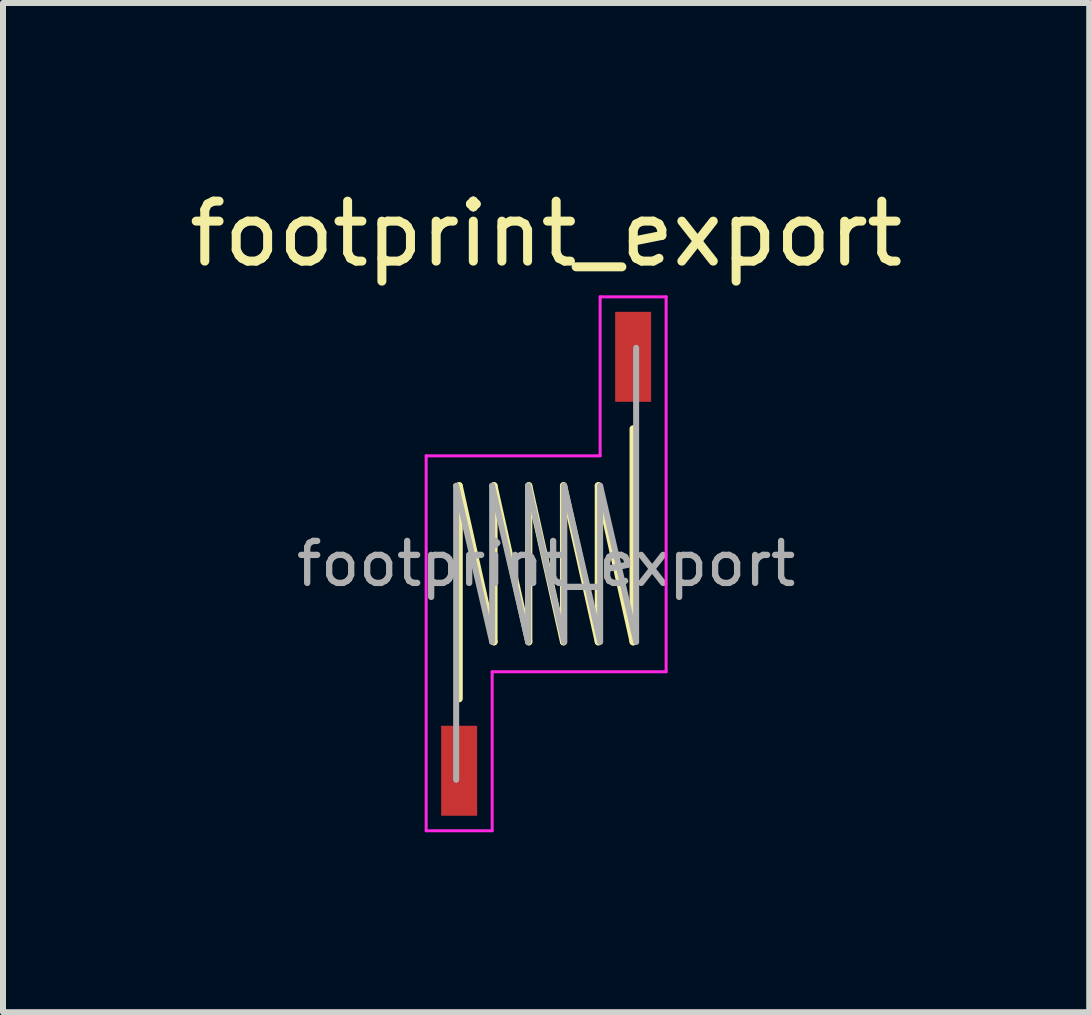
<source format=kicad_pcb>
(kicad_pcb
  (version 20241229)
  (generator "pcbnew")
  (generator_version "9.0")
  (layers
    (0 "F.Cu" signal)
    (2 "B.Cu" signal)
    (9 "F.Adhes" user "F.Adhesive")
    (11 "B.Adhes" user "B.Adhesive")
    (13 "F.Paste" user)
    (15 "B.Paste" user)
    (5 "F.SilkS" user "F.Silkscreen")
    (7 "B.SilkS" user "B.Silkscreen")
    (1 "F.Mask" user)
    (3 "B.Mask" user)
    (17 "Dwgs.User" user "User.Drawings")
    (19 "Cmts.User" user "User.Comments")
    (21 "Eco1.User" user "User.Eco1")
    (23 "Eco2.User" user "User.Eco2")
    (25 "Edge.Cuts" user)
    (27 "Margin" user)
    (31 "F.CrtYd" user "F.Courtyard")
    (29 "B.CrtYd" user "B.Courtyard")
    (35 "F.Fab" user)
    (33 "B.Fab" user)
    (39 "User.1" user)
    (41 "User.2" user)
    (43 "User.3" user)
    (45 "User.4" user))
  (footprint "footprint_export"
    (layer "F.Cu")
    (at 6.054 6.348)
    (property "Reference" "footprint_export" (at 0 -5.5 0) (layer "F.SilkS") (effects (font (size 1 1) (thickness 0.15))))
    (attr smd)
    (fp_line (start -1.45 -1.3) (end -1.45 2.25) (stroke (width 0.12) (type solid)) (layer "F.SilkS"))
    (fp_line (start -1.45 -1.3) (end -0.87 1.3) (stroke (width 0.12) (type solid)) (layer "F.SilkS"))
    (fp_line (start -0.87 -1.3) (end -0.87 1.3) (stroke (width 0.12) (type solid)) (layer "F.SilkS"))
    (fp_line (start -0.87 -1.3) (end -0.29 1.3) (stroke (width 0.12) (type solid)) (layer "F.SilkS"))
    (fp_line (start -0.29 -1.3) (end -0.29 1.3) (stroke (width 0.12) (type solid)) (layer "F.SilkS"))
    (fp_line (start -0.29 -1.3) (end 0.29 1.3) (stroke (width 0.12) (type solid)) (layer "F.SilkS"))
    (fp_line (start 0.29 -1.3) (end 0.29 1.3) (stroke (width 0.12) (type solid)) (layer "F.SilkS"))
    (fp_line (start 0.29 -1.3) (end 0.87 1.3) (stroke (width 0.12) (type solid)) (layer "F.SilkS"))
    (fp_line (start 0.87 -1.3) (end 0.87 1.3) (stroke (width 0.12) (type solid)) (layer "F.SilkS"))
    (fp_line (start 0.87 -1.3) (end 1.45 1.3) (stroke (width 0.12) (type solid)) (layer "F.SilkS"))
    (fp_line (start 1.45 1.3) (end 1.45 -2.25) (stroke (width 0.12) (type solid)) (layer "F.SilkS"))
    (fp_line (start -2 -1.8) (end -2 4.45) (stroke (width 0.05) (type solid)) (layer "F.CrtYd"))
    (fp_line (start -2 4.45) (end -0.9 4.45) (stroke (width 0.05) (type solid)) (layer "F.CrtYd"))
    (fp_line (start -0.9 1.8) (end 2 1.8) (stroke (width 0.05) (type solid)) (layer "F.CrtYd"))
    (fp_line (start -0.9 4.45) (end -0.9 1.8) (stroke (width 0.05) (type solid)) (layer "F.CrtYd"))
    (fp_line (start 0.9 -4.45) (end 0.9 -1.8) (stroke (width 0.05) (type solid)) (layer "F.CrtYd"))
    (fp_line (start 0.9 -1.8) (end -2 -1.8) (stroke (width 0.05) (type solid)) (layer "F.CrtYd"))
    (fp_line (start 2 -4.45) (end 0.9 -4.45) (stroke (width 0.05) (type solid)) (layer "F.CrtYd"))
    (fp_line (start 2 1.8) (end 2 -4.45) (stroke (width 0.05) (type solid)) (layer "F.CrtYd"))
    (fp_line (start -1.5 -1.3) (end -0.9 1.3) (stroke (width 0.1) (type solid)) (layer "F.Fab"))
    (fp_line (start -1.5 3.6) (end -1.5 -1.3) (stroke (width 0.1) (type solid)) (layer "F.Fab"))
    (fp_line (start -0.9 -1.3) (end -0.3 1.3) (stroke (width 0.1) (type solid)) (layer "F.Fab"))
    (fp_line (start -0.9 1.3) (end -0.9 -1.3) (stroke (width 0.1) (type solid)) (layer "F.Fab"))
    (fp_line (start -0.3 -1.3) (end 0.3 1.3) (stroke (width 0.1) (type solid)) (layer "F.Fab"))
    (fp_line (start -0.3 1.3) (end -0.3 -1.3) (stroke (width 0.1) (type solid)) (layer "F.Fab"))
    (fp_line (start 0.3 -1.3) (end 0.9 1.3) (stroke (width 0.1) (type solid)) (layer "F.Fab"))
    (fp_line (start 0.3 1.3) (end 0.3 -1.3) (stroke (width 0.1) (type solid)) (layer "F.Fab"))
    (fp_line (start 0.9 -1.3) (end 1.5 1.3) (stroke (width 0.1) (type solid)) (layer "F.Fab"))
    (fp_line (start 0.9 1.3) (end 0.9 -1.3) (stroke (width 0.1) (type solid)) (layer "F.Fab"))
    (fp_line (start 1.5 1.3) (end 1.5 -3.6) (stroke (width 0.1) (type solid)) (layer "F.Fab"))
    (fp_text user "${REFERENCE}" (at 0 0 0) (layer "F.Fab") (effects (font (size 0.7 0.7) (thickness 0.105))))
    (pad "1" smd rect (at -1.45 3.45) (size 0.6 1.5) (layers "F.Cu" "F.Mask" "F.Paste"))
    (pad "2" smd rect (at 1.45 -3.45) (size 0.6 1.5) (layers "F.Cu" "F.Mask" "F.Paste")))
  (gr_rect
    (start -3 -3)
    (end 15.107 13.823)
    (stroke (width 0.1) (type default))
    (fill no)
    (layer "Edge.Cuts")))
</source>
